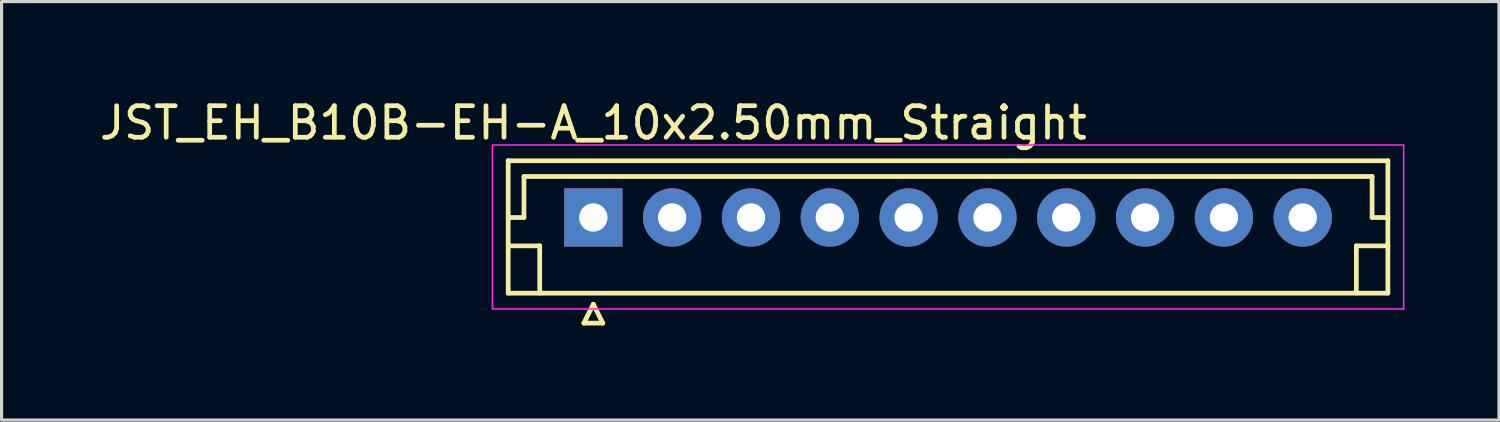
<source format=kicad_pcb>
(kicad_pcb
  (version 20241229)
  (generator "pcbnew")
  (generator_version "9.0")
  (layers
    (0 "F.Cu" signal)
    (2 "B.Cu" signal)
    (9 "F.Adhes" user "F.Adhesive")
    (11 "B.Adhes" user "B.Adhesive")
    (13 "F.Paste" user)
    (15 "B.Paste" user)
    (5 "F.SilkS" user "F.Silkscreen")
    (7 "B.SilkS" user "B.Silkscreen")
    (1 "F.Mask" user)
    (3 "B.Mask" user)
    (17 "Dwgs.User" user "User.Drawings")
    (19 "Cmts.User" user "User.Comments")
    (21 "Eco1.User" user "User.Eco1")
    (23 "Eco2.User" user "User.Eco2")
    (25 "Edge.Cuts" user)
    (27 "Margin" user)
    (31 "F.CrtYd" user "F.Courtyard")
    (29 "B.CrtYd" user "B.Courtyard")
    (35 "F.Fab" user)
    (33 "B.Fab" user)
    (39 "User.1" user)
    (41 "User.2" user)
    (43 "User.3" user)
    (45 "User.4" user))
  (footprint "JST_EH_B10B-EH-A_10x2.50mm_Straight"
    (layer "F.Cu")
    (at 15.768 3.848)
    (property "Reference" "JST_EH_B10B-EH-A_10x2.50mm_Straight" (at 0 -3 0) (layer "F.SilkS") (effects (font (size 1 1) (thickness 0.15))))
    (attr through_hole)
    (fp_line (start -2.7 -1.8) (end -2.7 2.4) (stroke (width 0.15) (type solid)) (layer "F.SilkS"))
    (fp_line (start -2.7 0) (end -2.2 0) (stroke (width 0.15) (type solid)) (layer "F.SilkS"))
    (fp_line (start -2.7 0.9) (end -1.7 0.9) (stroke (width 0.15) (type solid)) (layer "F.SilkS"))
    (fp_line (start -2.7 2.4) (end 25.2 2.4) (stroke (width 0.15) (type solid)) (layer "F.SilkS"))
    (fp_line (start -2.2 -1.3) (end 24.7 -1.3) (stroke (width 0.15) (type solid)) (layer "F.SilkS"))
    (fp_line (start -2.2 0) (end -2.2 -1.3) (stroke (width 0.15) (type solid)) (layer "F.SilkS"))
    (fp_line (start -1.7 0.9) (end -1.7 2.4) (stroke (width 0.15) (type solid)) (layer "F.SilkS"))
    (fp_line (start -0.3 3.35) (end 0.3 3.35) (stroke (width 0.15) (type solid)) (layer "F.SilkS"))
    (fp_line (start 0 2.75) (end -0.3 3.35) (stroke (width 0.15) (type solid)) (layer "F.SilkS"))
    (fp_line (start 0.3 3.35) (end 0 2.75) (stroke (width 0.15) (type solid)) (layer "F.SilkS"))
    (fp_line (start 24.2 0.9) (end 24.2 2.4) (stroke (width 0.15) (type solid)) (layer "F.SilkS"))
    (fp_line (start 24.7 -1.3) (end 24.7 0) (stroke (width 0.15) (type solid)) (layer "F.SilkS"))
    (fp_line (start 24.7 0) (end 25.2 0) (stroke (width 0.15) (type solid)) (layer "F.SilkS"))
    (fp_line (start 25.2 -1.8) (end -2.7 -1.8) (stroke (width 0.15) (type solid)) (layer "F.SilkS"))
    (fp_line (start 25.2 0.9) (end 24.2 0.9) (stroke (width 0.15) (type solid)) (layer "F.SilkS"))
    (fp_line (start 25.2 2.4) (end 25.2 -1.8) (stroke (width 0.15) (type solid)) (layer "F.SilkS"))
    (fp_line (start -3.2 -2.3) (end -3.2 2.9) (stroke (width 0.05) (type solid)) (layer "F.CrtYd"))
    (fp_line (start -3.2 2.9) (end 25.7 2.9) (stroke (width 0.05) (type solid)) (layer "F.CrtYd"))
    (fp_line (start 25.7 -2.3) (end -3.2 -2.3) (stroke (width 0.05) (type solid)) (layer "F.CrtYd"))
    (fp_line (start 25.7 2.9) (end 25.7 -2.3) (stroke (width 0.05) (type solid)) (layer "F.CrtYd"))
    (pad "1" thru_hole rect (at 0 0) (size 1.85 1.85) (drill 0.9) (layers "*.Cu" "*.Mask"))
    (pad "2" thru_hole circle (at 2.5 0) (size 1.85 1.85) (drill 0.9) (layers "*.Cu" "*.Mask"))
    (pad "3" thru_hole circle (at 5 0) (size 1.85 1.85) (drill 0.9) (layers "*.Cu" "*.Mask"))
    (pad "4" thru_hole circle (at 7.5 0) (size 1.85 1.85) (drill 0.9) (layers "*.Cu" "*.Mask"))
    (pad "5" thru_hole circle (at 10 0) (size 1.85 1.85) (drill 0.9) (layers "*.Cu" "*.Mask"))
    (pad "6" thru_hole circle (at 12.5 0) (size 1.85 1.85) (drill 0.9) (layers "*.Cu" "*.Mask"))
    (pad "7" thru_hole circle (at 15 0) (size 1.85 1.85) (drill 0.9) (layers "*.Cu" "*.Mask"))
    (pad "8" thru_hole circle (at 17.5 0) (size 1.85 1.85) (drill 0.9) (layers "*.Cu" "*.Mask"))
    (pad "9" thru_hole circle (at 20 0) (size 1.85 1.85) (drill 0.9) (layers "*.Cu" "*.Mask"))
    (pad "10" thru_hole circle (at 22.5 0) (size 1.85 1.85) (drill 0.9) (layers "*.Cu" "*.Mask")))
  (gr_rect
    (start -3 -3)
    (end 44.493 10.273)
    (stroke (width 0.1) (type default))
    (fill no)
    (layer "Edge.Cuts")))
</source>
